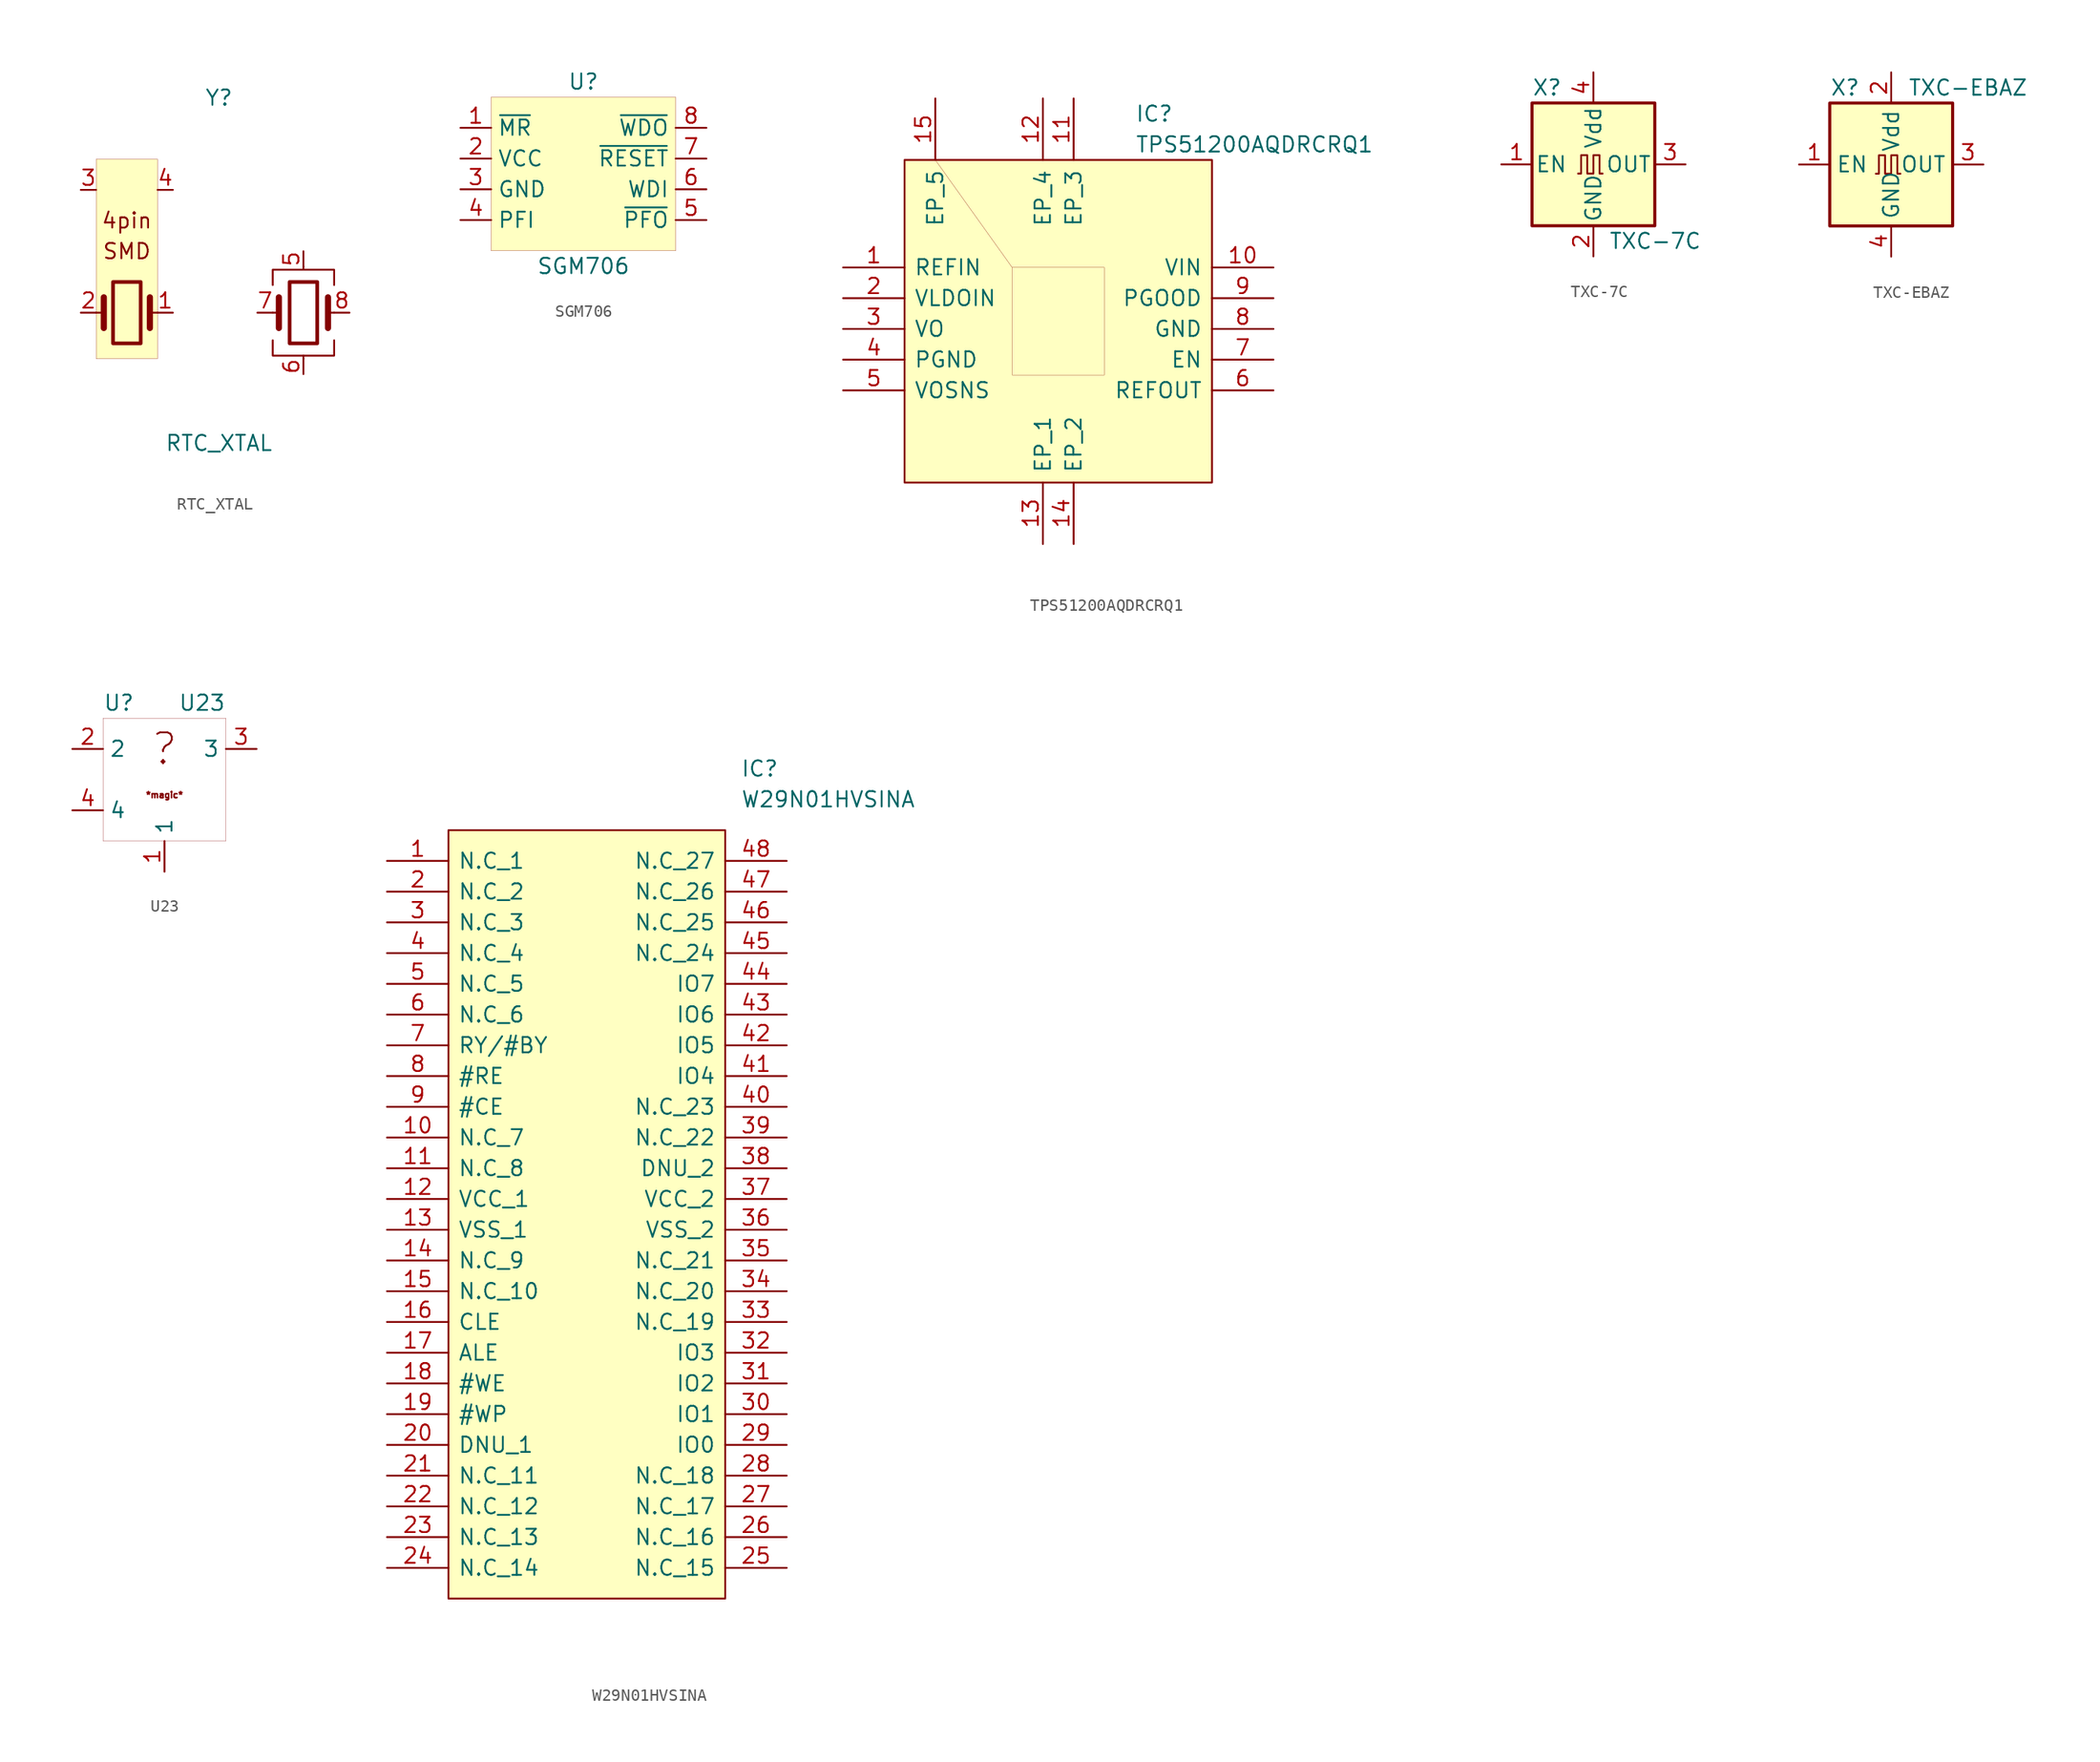
<source format=kicad_sym>
(kicad_symbol_lib
  (version 20201005)
  (generator kicad_symbol_editor)
  (symbol "ebaz4205:RTC_XTAL"
    (pin_names
      (offset 0.002) hide)
    (property "Reference" "Y"
      (at 0 24.13 0)
      (effects (font (size 1.27 1.27))))
    (property "Value" "RTC_XTAL"
      (at 0 -4.445 0)
      (effects (font (size 1.27 1.27))))
    (symbol "RTC_XTAL_0_0"
      (text "4pin" (at -7.62 13.97 0) (effects (font (size 1.27 1.27))))
      (text "SMD" (at -7.62 11.43 0) (effects (font (size 1.27 1.27)))))
    (symbol "RTC_XTAL_0_1"
      (rectangle (start -8.763 8.89) (end -6.477 3.81) (stroke (width 0.305)) (fill (type none)))
      (rectangle (start -10.16 19.05) (end -5.08 2.54) (stroke (width 0.001)) (fill (type background)))
      (rectangle (start 5.842 8.89) (end 8.128 3.81) (stroke (width 0.305)) (fill (type none)))
      (polyline (pts (xy -10.16 6.35) (xy -9.525 6.35)) (stroke (width 0)) (fill (type none)))
      (polyline (pts (xy -9.525 5.08) (xy -9.525 7.62)) (stroke (width 0.508)) (fill (type none)))
      (polyline (pts (xy -5.715 5.08) (xy -5.715 7.62)) (stroke (width 0.508)) (fill (type none)))
      (polyline (pts (xy -5.08 6.35) (xy -5.715 6.35)) (stroke (width 0)) (fill (type none)))
      (polyline (pts (xy 4.445 6.35) (xy 4.953 6.35)) (stroke (width 0)) (fill (type none)))
      (polyline (pts (xy 4.953 5.08) (xy 4.953 7.62)) (stroke (width 0.508)) (fill (type none)))
      (polyline (pts (xy 6.985 2.54) (xy 6.985 2.794)) (stroke (width 0)) (fill (type none)))
      (polyline (pts (xy 6.985 9.906) (xy 6.985 10.16)) (stroke (width 0)) (fill (type none)))
      (polyline (pts (xy 9.017 5.08) (xy 9.017 7.62)) (stroke (width 0.508)) (fill (type none)))
      (polyline (pts (xy 9.017 6.35) (xy 9.525 6.35)) (stroke (width 0)) (fill (type none)))
      (polyline (pts (xy 4.445 4.064) (xy 4.445 2.794) (xy 9.525 2.794) (xy 9.525 4.064)) (stroke (width 0)) (fill (type none)))
      (polyline (pts (xy 4.445 8.636) (xy 4.445 9.906) (xy 9.525 9.906) (xy 9.525 8.636)) (stroke (width 0)) (fill (type none))))
    (symbol "RTC_XTAL_1_1"
      (pin passive line (at -11.43 6.35 0) (length 1.27) (name "2" (effects (font (size 1.27 1.27)))) (number "2" (effects (font (size 1.27 1.27)))))
      (pin passive line (at -3.81 6.35 180) (length 1.27) (name "1" (effects (font (size 1.27 1.27)))) (number "1" (effects (font (size 1.27 1.27)))))
      (pin passive line (at -3.81 16.51 180) (length 1.27) (name "4" (effects (font (size 1.27 1.27)))) (number "4" (effects (font (size 1.27 1.27)))))
      (pin passive line (at -11.43 16.51 0) (length 1.27) (name "3" (effects (font (size 1.27 1.27)))) (number "3" (effects (font (size 1.27 1.27)))))
      (pin passive line (at 3.175 6.35 0) (length 1.27) (name "7" (effects (font (size 1.27 1.27)))) (number "7" (effects (font (size 1.27 1.27)))))
      (pin passive line (at 6.985 11.43 270) (length 1.27) (name "5" (effects (font (size 1.27 1.27)))) (number "5" (effects (font (size 1.27 1.27)))))
      (pin passive line (at 6.985 1.27 90) (length 1.27) (name "6" (effects (font (size 1.27 1.27)))) (number "6" (effects (font (size 1.27 1.27)))))
      (pin passive line (at 10.795 6.35 180) (length 1.27) (name "8" (effects (font (size 1.27 1.27)))) (number "8" (effects (font (size 1.27 1.27)))))))
  (symbol "ebaz4205:SGM706"
    (property "Reference" "U"
      (at 0 8.89 0)
      (effects (font (size 1.27 1.27))))
    (property "Value" "SGM706"
      (at 0 -6.35 0)
      (effects (font (size 1.27 1.27))))
    (symbol "SGM706_0_1"
      (rectangle (start -7.62 7.62) (end 7.62 -5.08) (stroke (width 0.001)) (fill (type background))))
    (symbol "SGM706_1_1"
      (pin input line (at -10.16 5.08 0) (length 2.54) (name "~MR" (effects (font (size 1.27 1.27)))) (number "1" (effects (font (size 1.27 1.27)))))
      (pin input line (at -10.16 2.54 0) (length 2.54) (name "VCC" (effects (font (size 1.27 1.27)))) (number "2" (effects (font (size 1.27 1.27)))))
      (pin input line (at -10.16 0 0) (length 2.54) (name "GND" (effects (font (size 1.27 1.27)))) (number "3" (effects (font (size 1.27 1.27)))))
      (pin input line (at -10.16 -2.54 0) (length 2.54) (name "PFI" (effects (font (size 1.27 1.27)))) (number "4" (effects (font (size 1.27 1.27)))))
      (pin input line (at 10.16 5.08 180) (length 2.54) (name "~WDO" (effects (font (size 1.27 1.27)))) (number "8" (effects (font (size 1.27 1.27)))))
      (pin input line (at 10.16 2.54 180) (length 2.54) (name "~RESET" (effects (font (size 1.27 1.27)))) (number "7" (effects (font (size 1.27 1.27)))))
      (pin input line (at 10.16 0 180) (length 2.54) (name "WDI" (effects (font (size 1.27 1.27)))) (number "6" (effects (font (size 1.27 1.27)))))
      (pin input line (at 10.16 -2.54 180) (length 2.54) (name "~PFO" (effects (font (size 1.27 1.27)))) (number "5" (effects (font (size 1.27 1.27)))))))
  (symbol "ebaz4205:TPS51200AQDRCRQ1"
    (pin_names
      (offset 0.762))
    (property "Reference" "IC"
      (at 6.35 16.51 0)
      (effects (font (size 1.27 1.27)) (justify left)))
    (property "Value" "TPS51200AQDRCRQ1"
      (at 6.35 13.97 0)
      (effects (font (size 1.27 1.27)) (justify left)))
    (symbol "TPS51200AQDRCRQ1_0_0"
      (pin passive line (at -17.78 3.81 0) (length 5.08) (name "REFIN" (effects (font (size 1.27 1.27)))) (number "1" (effects (font (size 1.27 1.27)))))
      (pin passive line (at -17.78 1.27 0) (length 5.08) (name "VLDOIN" (effects (font (size 1.27 1.27)))) (number "2" (effects (font (size 1.27 1.27)))))
      (pin passive line (at -17.78 -1.27 0) (length 5.08) (name "VO" (effects (font (size 1.27 1.27)))) (number "3" (effects (font (size 1.27 1.27)))))
      (pin passive line (at -17.78 -3.81 0) (length 5.08) (name "PGND" (effects (font (size 1.27 1.27)))) (number "4" (effects (font (size 1.27 1.27)))))
      (pin passive line (at -17.78 -6.35 0) (length 5.08) (name "VOSNS" (effects (font (size 1.27 1.27)))) (number "5" (effects (font (size 1.27 1.27)))))
      (pin passive line (at 17.78 -6.35 180) (length 5.08) (name "REFOUT" (effects (font (size 1.27 1.27)))) (number "6" (effects (font (size 1.27 1.27)))))
      (pin passive line (at 17.78 -3.81 180) (length 5.08) (name "EN" (effects (font (size 1.27 1.27)))) (number "7" (effects (font (size 1.27 1.27)))))
      (pin passive line (at 17.78 -1.27 180) (length 5.08) (name "GND" (effects (font (size 1.27 1.27)))) (number "8" (effects (font (size 1.27 1.27)))))
      (pin passive line (at 17.78 1.27 180) (length 5.08) (name "PGOOD" (effects (font (size 1.27 1.27)))) (number "9" (effects (font (size 1.27 1.27)))))
      (pin passive line (at 17.78 3.81 180) (length 5.08) (name "VIN" (effects (font (size 1.27 1.27)))) (number "10" (effects (font (size 1.27 1.27)))))
      (pin passive line (at 1.27 17.78 270) (length 5.08) (name "EP_3" (effects (font (size 1.27 1.27)))) (number "11" (effects (font (size 1.27 1.27)))))
      (pin passive line (at -1.27 -19.05 90) (length 5.08) (name "EP_1" (effects (font (size 1.27 1.27)))) (number "13" (effects (font (size 1.27 1.27)))))
      (pin passive line (at 1.27 -19.05 90) (length 5.08) (name "EP_2" (effects (font (size 1.27 1.27)))) (number "14" (effects (font (size 1.27 1.27)))))
      (pin passive line (at -1.27 17.78 270) (length 5.08) (name "EP_4" (effects (font (size 1.27 1.27)))) (number "12" (effects (font (size 1.27 1.27)))))
      (pin passive line (at -10.16 17.78 270) (length 5.08) (name "EP_5" (effects (font (size 1.27 1.27)))) (number "15" (effects (font (size 1.27 1.27))))))
    (symbol "TPS51200AQDRCRQ1_0_1"
      (polyline (pts (xy -12.7 12.7) (xy 12.7 12.7) (xy 12.7 -13.97) (xy -12.7 -13.97) (xy -12.7 12.7)) (stroke (width 0.152)) (fill (type background)))
      (polyline (pts (xy -10.16 12.7) (xy -3.81 3.81) (xy -3.81 -5.08) (xy 3.81 -5.08) (xy 3.81 3.81) (xy -3.81 3.81)) (stroke (width 0.001)) (fill (type none)))))
  (symbol "ebaz4205:TXC-7C"
    (pin_names
      (offset 0.254))
    (property "Reference" "X"
      (at -5.08 6.35 0)
      (effects (font (size 1.27 1.27)) (justify left)))
    (property "Value" "TXC-7C"
      (at 1.27 -6.35 0)
      (effects (font (size 1.27 1.27)) (justify left)))
    (symbol "TXC-7C_0_1"
      (rectangle (start -5.08 5.08) (end 5.08 -5.08) (stroke (width 0.254)) (fill (type background)))
      (polyline (pts (xy -1.27 -0.762) (xy -1.016 -0.762) (xy -1.016 0.762) (xy -0.508 0.762) (xy -0.508 -0.762) (xy 0 -0.762) (xy 0 0.762) (xy 0.508 0.762) (xy 0.508 -0.762) (xy 0.762 -0.762)) (stroke (width 0)) (fill (type none))))
    (symbol "TXC-7C_1_1"
      (pin input line (at -7.62 0 0) (length 2.54) (name "EN" (effects (font (size 1.27 1.27)))) (number "1" (effects (font (size 1.27 1.27)))))
      (pin power_in line (at 0 -7.62 90) (length 2.54) (name "GND" (effects (font (size 1.27 1.27)))) (number "2" (effects (font (size 1.27 1.27)))))
      (pin output line (at 7.62 0 180) (length 2.54) (name "OUT" (effects (font (size 1.27 1.27)))) (number "3" (effects (font (size 1.27 1.27)))))
      (pin power_in line (at 0 7.62 270) (length 2.54) (name "Vdd" (effects (font (size 1.27 1.27)))) (number "4" (effects (font (size 1.27 1.27)))))))
  (symbol "ebaz4205:TXC-EBAZ"
    (property "Reference" "X"
      (at -3.81 6.35 0)
      (effects (font (size 1.27 1.27))))
    (property "Value" "TXC-EBAZ"
      (at 6.35 6.35 0)
      (effects (font (size 1.27 1.27))))
    (symbol "TXC-EBAZ_0_1"
      (rectangle (start -5.08 5.08) (end 5.08 -5.08) (stroke (width 0.254)) (fill (type background)))
      (polyline (pts (xy -1.27 -0.762) (xy -1.016 -0.762) (xy -1.016 0.762) (xy -0.508 0.762) (xy -0.508 -0.762) (xy 0 -0.762) (xy 0 0.762) (xy 0.508 0.762) (xy 0.508 -0.762) (xy 0.762 -0.762)) (stroke (width 0)) (fill (type none))))
    (symbol "TXC-EBAZ_1_1"
      (pin input line (at -7.62 0 0) (length 2.54) (name "EN" (effects (font (size 1.27 1.27)))) (number "1" (effects (font (size 1.27 1.27)))))
      (pin power_in line (at 0 -7.62 90) (length 2.54) (name "GND" (effects (font (size 1.27 1.27)))) (number "4" (effects (font (size 1.27 1.27)))))
      (pin output line (at 7.62 0 180) (length 2.54) (name "OUT" (effects (font (size 1.27 1.27)))) (number "3" (effects (font (size 1.27 1.27)))))
      (pin power_in line (at 0 7.62 270) (length 2.54) (name "Vdd" (effects (font (size 1.27 1.27)))) (number "2" (effects (font (size 1.27 1.27)))))))
  (symbol "ebaz4205:U23"
    (property "Reference" "U"
      (at -5.08 6.35 0)
      (effects (font (size 1.27 1.27)) (justify left)))
    (property "Value" "U23"
      (at 5.08 6.35 0)
      (effects (font (size 1.27 1.27)) (justify right)))
    (symbol "U23_0_0"
      (text "?" (at 0 2.54 0) (effects (font (size 2.54 2.54))))
      (text "*magic*" (at 0 -1.27 0) (effects (font (size 0.508 0.508)))))
    (symbol "U23_0_1"
      (rectangle (start -5.08 5.08) (end 5.08 -5.08) (stroke (width 0.001)) (fill (type none))))
    (symbol "U23_1_1"
      (pin output line (at -7.62 2.54 0) (length 2.54) (name "2" (effects (font (size 1.27 1.27)))) (number "2" (effects (font (size 1.27 1.27)))))
      (pin output line (at -7.62 -2.54 0) (length 2.54) (name "4" (effects (font (size 1.27 1.27)))) (number "4" (effects (font (size 1.27 1.27)))))
      (pin power_in line (at 0 -7.62 90) (length 2.54) (name "1" (effects (font (size 1.27 1.27)))) (number "1" (effects (font (size 1.27 1.27)))))
      (pin power_in line (at 7.62 2.54 180) (length 2.54) (name "3" (effects (font (size 1.27 1.27)))) (number "3" (effects (font (size 1.27 1.27)))))))
  (symbol "ebaz4205:W29N01HVSINA"
    (pin_names
      (offset 0.762))
    (property "Reference" "IC"
      (at 29.21 7.62 0)
      (effects (font (size 1.27 1.27)) (justify left)))
    (property "Value" "W29N01HVSINA"
      (at 29.21 5.08 0)
      (effects (font (size 1.27 1.27)) (justify left)))
    (symbol "W29N01HVSINA_0_0"
      (pin passive line (at 0 0 0) (length 5.08) (name "N.C_1" (effects (font (size 1.27 1.27)))) (number "1" (effects (font (size 1.27 1.27)))))
      (pin passive line (at 0 -2.54 0) (length 5.08) (name "N.C_2" (effects (font (size 1.27 1.27)))) (number "2" (effects (font (size 1.27 1.27)))))
      (pin passive line (at 0 -5.08 0) (length 5.08) (name "N.C_3" (effects (font (size 1.27 1.27)))) (number "3" (effects (font (size 1.27 1.27)))))
      (pin passive line (at 0 -7.62 0) (length 5.08) (name "N.C_4" (effects (font (size 1.27 1.27)))) (number "4" (effects (font (size 1.27 1.27)))))
      (pin passive line (at 0 -10.16 0) (length 5.08) (name "N.C_5" (effects (font (size 1.27 1.27)))) (number "5" (effects (font (size 1.27 1.27)))))
      (pin passive line (at 0 -12.7 0) (length 5.08) (name "N.C_6" (effects (font (size 1.27 1.27)))) (number "6" (effects (font (size 1.27 1.27)))))
      (pin passive line (at 0 -15.24 0) (length 5.08) (name "RY/#BY" (effects (font (size 1.27 1.27)))) (number "7" (effects (font (size 1.27 1.27)))))
      (pin passive line (at 0 -17.78 0) (length 5.08) (name "#RE" (effects (font (size 1.27 1.27)))) (number "8" (effects (font (size 1.27 1.27)))))
      (pin passive line (at 0 -20.32 0) (length 5.08) (name "#CE" (effects (font (size 1.27 1.27)))) (number "9" (effects (font (size 1.27 1.27)))))
      (pin passive line (at 0 -22.86 0) (length 5.08) (name "N.C_7" (effects (font (size 1.27 1.27)))) (number "10" (effects (font (size 1.27 1.27)))))
      (pin passive line (at 0 -25.4 0) (length 5.08) (name "N.C_8" (effects (font (size 1.27 1.27)))) (number "11" (effects (font (size 1.27 1.27)))))
      (pin passive line (at 0 -27.94 0) (length 5.08) (name "VCC_1" (effects (font (size 1.27 1.27)))) (number "12" (effects (font (size 1.27 1.27)))))
      (pin passive line (at 0 -30.48 0) (length 5.08) (name "VSS_1" (effects (font (size 1.27 1.27)))) (number "13" (effects (font (size 1.27 1.27)))))
      (pin passive line (at 0 -33.02 0) (length 5.08) (name "N.C_9" (effects (font (size 1.27 1.27)))) (number "14" (effects (font (size 1.27 1.27)))))
      (pin passive line (at 0 -35.56 0) (length 5.08) (name "N.C_10" (effects (font (size 1.27 1.27)))) (number "15" (effects (font (size 1.27 1.27)))))
      (pin passive line (at 0 -38.1 0) (length 5.08) (name "CLE" (effects (font (size 1.27 1.27)))) (number "16" (effects (font (size 1.27 1.27)))))
      (pin passive line (at 0 -40.64 0) (length 5.08) (name "ALE" (effects (font (size 1.27 1.27)))) (number "17" (effects (font (size 1.27 1.27)))))
      (pin passive line (at 0 -43.18 0) (length 5.08) (name "#WE" (effects (font (size 1.27 1.27)))) (number "18" (effects (font (size 1.27 1.27)))))
      (pin passive line (at 0 -45.72 0) (length 5.08) (name "#WP" (effects (font (size 1.27 1.27)))) (number "19" (effects (font (size 1.27 1.27)))))
      (pin passive line (at 0 -48.26 0) (length 5.08) (name "DNU_1" (effects (font (size 1.27 1.27)))) (number "20" (effects (font (size 1.27 1.27)))))
      (pin passive line (at 0 -50.8 0) (length 5.08) (name "N.C_11" (effects (font (size 1.27 1.27)))) (number "21" (effects (font (size 1.27 1.27)))))
      (pin passive line (at 0 -53.34 0) (length 5.08) (name "N.C_12" (effects (font (size 1.27 1.27)))) (number "22" (effects (font (size 1.27 1.27)))))
      (pin passive line (at 0 -55.88 0) (length 5.08) (name "N.C_13" (effects (font (size 1.27 1.27)))) (number "23" (effects (font (size 1.27 1.27)))))
      (pin passive line (at 0 -58.42 0) (length 5.08) (name "N.C_14" (effects (font (size 1.27 1.27)))) (number "24" (effects (font (size 1.27 1.27)))))
      (pin passive line (at 33.02 0 180) (length 5.08) (name "N.C_27" (effects (font (size 1.27 1.27)))) (number "48" (effects (font (size 1.27 1.27)))))
      (pin passive line (at 33.02 -2.54 180) (length 5.08) (name "N.C_26" (effects (font (size 1.27 1.27)))) (number "47" (effects (font (size 1.27 1.27)))))
      (pin passive line (at 33.02 -5.08 180) (length 5.08) (name "N.C_25" (effects (font (size 1.27 1.27)))) (number "46" (effects (font (size 1.27 1.27)))))
      (pin passive line (at 33.02 -7.62 180) (length 5.08) (name "N.C_24" (effects (font (size 1.27 1.27)))) (number "45" (effects (font (size 1.27 1.27)))))
      (pin passive line (at 33.02 -10.16 180) (length 5.08) (name "IO7" (effects (font (size 1.27 1.27)))) (number "44" (effects (font (size 1.27 1.27)))))
      (pin passive line (at 33.02 -12.7 180) (length 5.08) (name "IO6" (effects (font (size 1.27 1.27)))) (number "43" (effects (font (size 1.27 1.27)))))
      (pin passive line (at 33.02 -15.24 180) (length 5.08) (name "IO5" (effects (font (size 1.27 1.27)))) (number "42" (effects (font (size 1.27 1.27)))))
      (pin passive line (at 33.02 -17.78 180) (length 5.08) (name "IO4" (effects (font (size 1.27 1.27)))) (number "41" (effects (font (size 1.27 1.27)))))
      (pin passive line (at 33.02 -20.32 180) (length 5.08) (name "N.C_23" (effects (font (size 1.27 1.27)))) (number "40" (effects (font (size 1.27 1.27)))))
      (pin passive line (at 33.02 -22.86 180) (length 5.08) (name "N.C_22" (effects (font (size 1.27 1.27)))) (number "39" (effects (font (size 1.27 1.27)))))
      (pin passive line (at 33.02 -25.4 180) (length 5.08) (name "DNU_2" (effects (font (size 1.27 1.27)))) (number "38" (effects (font (size 1.27 1.27)))))
      (pin passive line (at 33.02 -27.94 180) (length 5.08) (name "VCC_2" (effects (font (size 1.27 1.27)))) (number "37" (effects (font (size 1.27 1.27)))))
      (pin passive line (at 33.02 -30.48 180) (length 5.08) (name "VSS_2" (effects (font (size 1.27 1.27)))) (number "36" (effects (font (size 1.27 1.27)))))
      (pin passive line (at 33.02 -33.02 180) (length 5.08) (name "N.C_21" (effects (font (size 1.27 1.27)))) (number "35" (effects (font (size 1.27 1.27)))))
      (pin passive line (at 33.02 -35.56 180) (length 5.08) (name "N.C_20" (effects (font (size 1.27 1.27)))) (number "34" (effects (font (size 1.27 1.27)))))
      (pin passive line (at 33.02 -38.1 180) (length 5.08) (name "N.C_19" (effects (font (size 1.27 1.27)))) (number "33" (effects (font (size 1.27 1.27)))))
      (pin passive line (at 33.02 -40.64 180) (length 5.08) (name "IO3" (effects (font (size 1.27 1.27)))) (number "32" (effects (font (size 1.27 1.27)))))
      (pin passive line (at 33.02 -43.18 180) (length 5.08) (name "IO2" (effects (font (size 1.27 1.27)))) (number "31" (effects (font (size 1.27 1.27)))))
      (pin passive line (at 33.02 -45.72 180) (length 5.08) (name "IO1" (effects (font (size 1.27 1.27)))) (number "30" (effects (font (size 1.27 1.27)))))
      (pin passive line (at 33.02 -48.26 180) (length 5.08) (name "IO0" (effects (font (size 1.27 1.27)))) (number "29" (effects (font (size 1.27 1.27)))))
      (pin passive line (at 33.02 -50.8 180) (length 5.08) (name "N.C_18" (effects (font (size 1.27 1.27)))) (number "28" (effects (font (size 1.27 1.27)))))
      (pin passive line (at 33.02 -53.34 180) (length 5.08) (name "N.C_17" (effects (font (size 1.27 1.27)))) (number "27" (effects (font (size 1.27 1.27)))))
      (pin passive line (at 33.02 -55.88 180) (length 5.08) (name "N.C_16" (effects (font (size 1.27 1.27)))) (number "26" (effects (font (size 1.27 1.27)))))
      (pin passive line (at 33.02 -58.42 180) (length 5.08) (name "N.C_15" (effects (font (size 1.27 1.27)))) (number "25" (effects (font (size 1.27 1.27))))))
    (symbol "W29N01HVSINA_0_1"
      (polyline (pts (xy 5.08 2.54) (xy 27.94 2.54) (xy 27.94 -60.96) (xy 5.08 -60.96) (xy 5.08 2.54)) (stroke (width 0.152)) (fill (type background))))))
</source>
